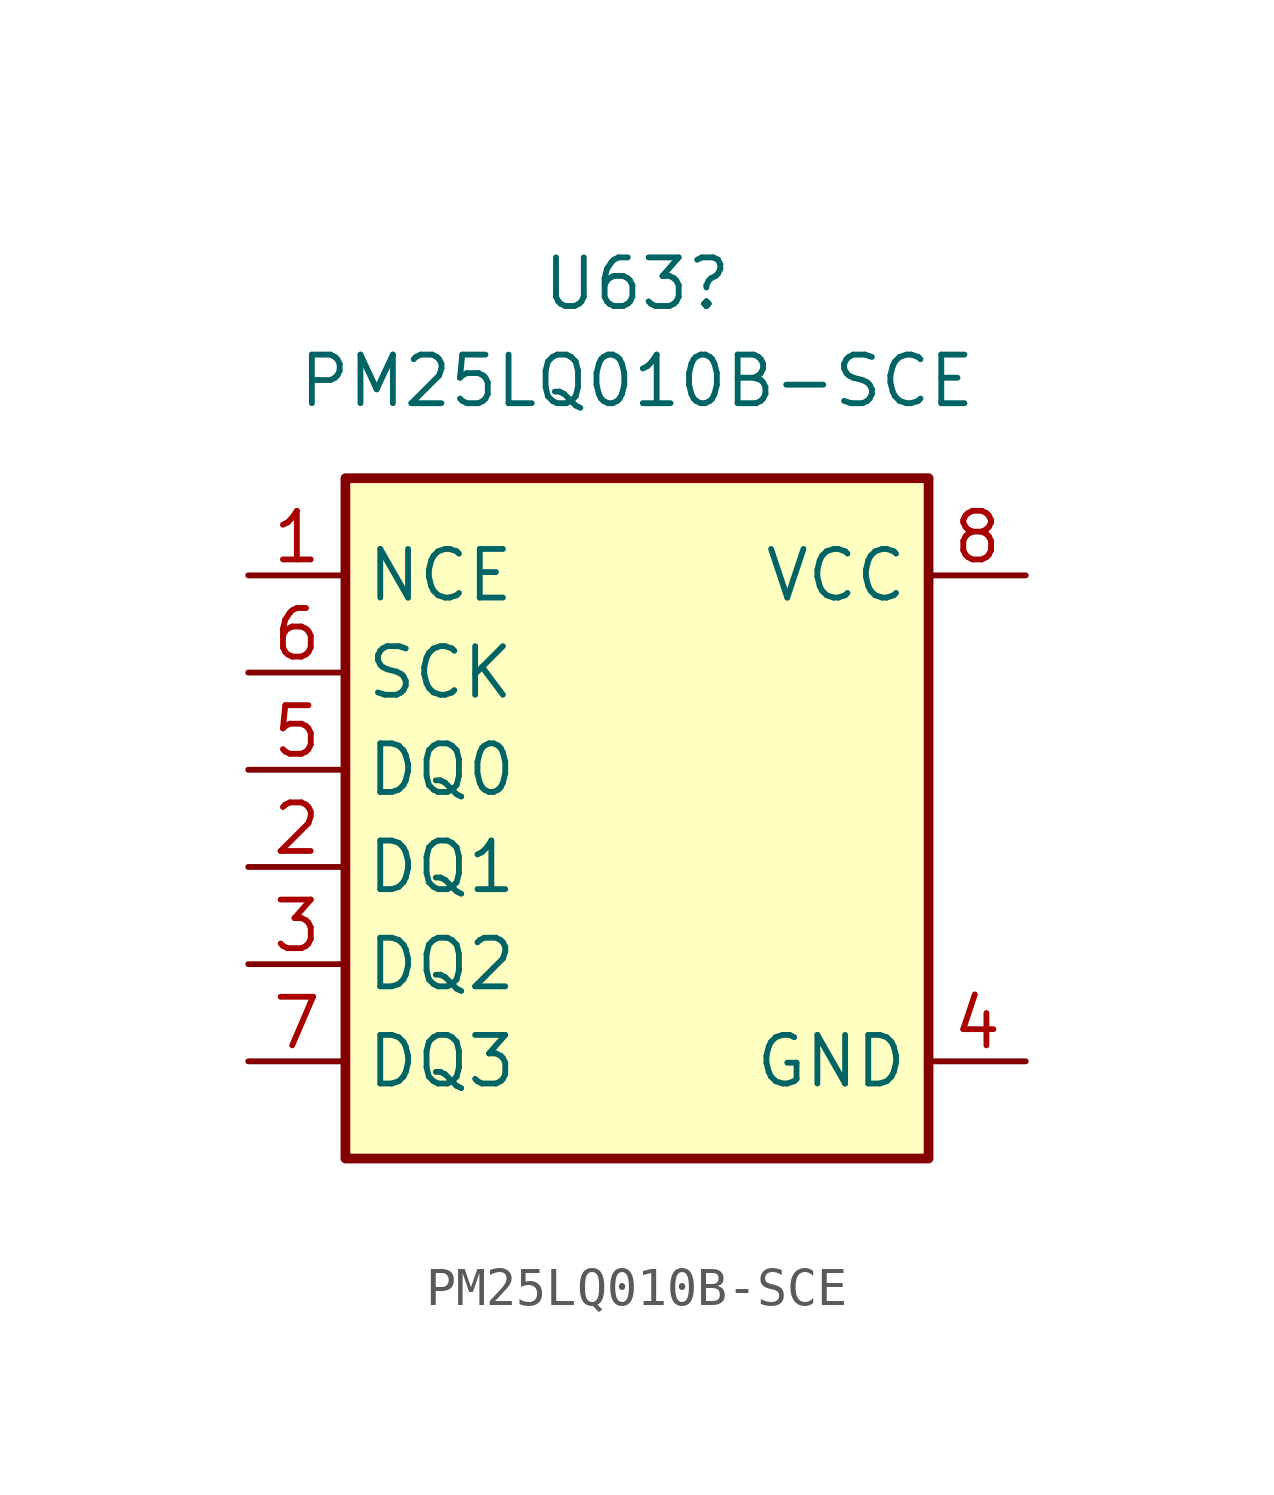
<source format=kicad_sym>
(kicad_symbol_lib
  (version 20231120)
  (generator "kicad_symbol_editor")
  (generator_version "8.0")
  (symbol "PM25LQ010B-SCE"
    (property "Reference" "U63"
      (at 0 15.24 0)
      (effects (font (size 1.27 1.27))))
    (property "Value" "PM25LQ010B-SCE"
      (at 0 12.7 0)
      (effects (font (size 1.27 1.27))))
    (symbol "PM25LQ010B-SCE_0_1"
      (rectangle (start -7.62 10.16) (end 7.62 -7.62) (stroke (width 0.254) (type default)) (fill (type background))))
    (symbol "PM25LQ010B-SCE_1_1"
      (pin input line (at -10.16 7.62 0) (length 2.54) (name "NCE" (effects (font (size 1.27 1.27)))) (number "1" (effects (font (size 1.27 1.27)))))
      (pin bidirectional line (at -10.16 0 0) (length 2.54) (name "DQ1" (effects (font (size 1.27 1.27)))) (number "2" (effects (font (size 1.27 1.27)))))
      (pin input line (at -10.16 -2.54 0) (length 2.54) (name "DQ2" (effects (font (size 1.27 1.27)))) (number "3" (effects (font (size 1.27 1.27)))))
      (pin power_in line (at 10.16 -5.08 180) (length 2.54) (name "GND" (effects (font (size 1.27 1.27)))) (number "4" (effects (font (size 1.27 1.27)))))
      (pin bidirectional line (at -10.16 2.54 0) (length 2.54) (name "DQ0" (effects (font (size 1.27 1.27)))) (number "5" (effects (font (size 1.27 1.27)))))
      (pin input line (at -10.16 5.08 0) (length 2.54) (name "SCK" (effects (font (size 1.27 1.27)))) (number "6" (effects (font (size 1.27 1.27)))))
      (pin input line (at -10.16 -5.08 0) (length 2.54) (name "DQ3" (effects (font (size 1.27 1.27)))) (number "7" (effects (font (size 1.27 1.27)))))
      (pin power_in line (at 10.16 7.62 180) (length 2.54) (name "VCC" (effects (font (size 1.27 1.27)))) (number "8" (effects (font (size 1.27 1.27))))))))
</source>
